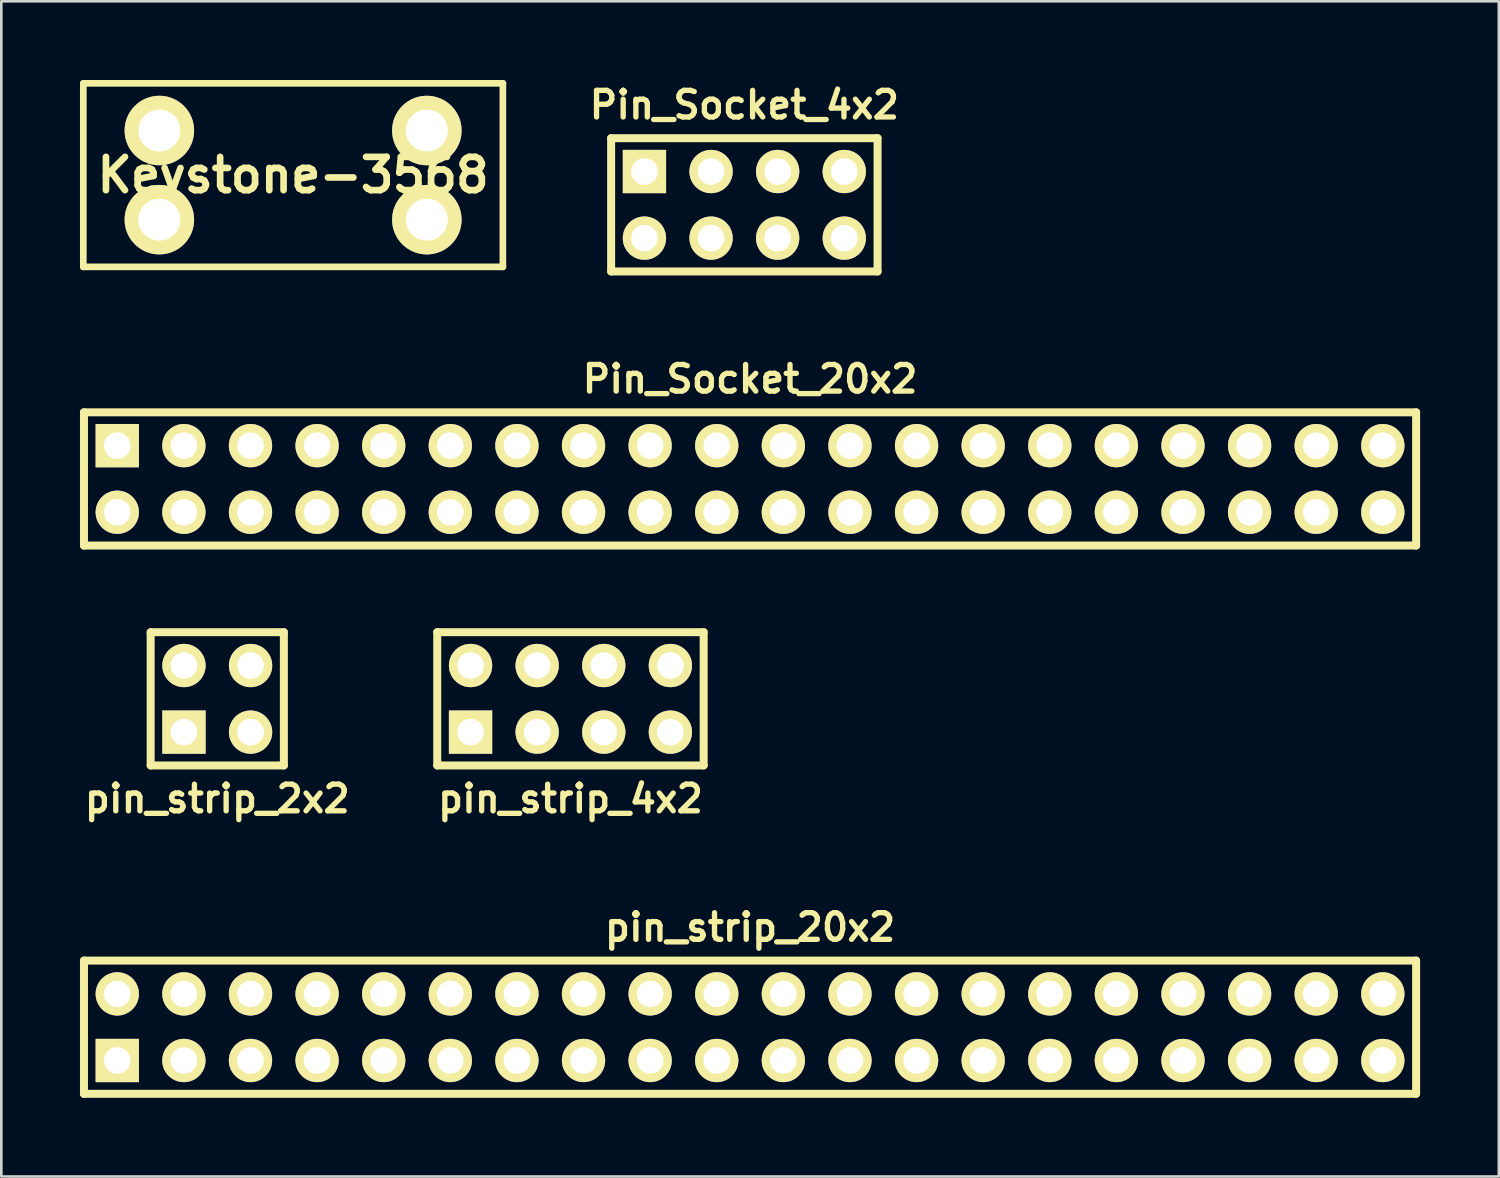
<source format=kicad_pcb>
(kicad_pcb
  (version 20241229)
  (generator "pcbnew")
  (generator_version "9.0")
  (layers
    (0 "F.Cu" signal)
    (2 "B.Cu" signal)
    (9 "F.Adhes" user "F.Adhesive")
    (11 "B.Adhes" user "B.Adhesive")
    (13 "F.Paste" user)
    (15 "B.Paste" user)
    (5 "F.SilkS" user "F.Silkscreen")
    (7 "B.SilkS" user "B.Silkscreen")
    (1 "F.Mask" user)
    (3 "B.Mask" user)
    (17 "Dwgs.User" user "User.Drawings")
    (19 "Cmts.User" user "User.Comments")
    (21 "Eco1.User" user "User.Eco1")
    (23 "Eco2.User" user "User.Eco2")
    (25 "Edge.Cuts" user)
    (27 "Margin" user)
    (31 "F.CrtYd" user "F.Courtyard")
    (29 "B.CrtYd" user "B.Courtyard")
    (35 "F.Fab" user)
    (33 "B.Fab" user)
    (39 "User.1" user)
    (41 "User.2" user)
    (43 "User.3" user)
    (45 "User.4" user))
  (footprint "Pin_Socket_4x2"
    (layer "F.Cu")
    (at 25.335 4.761)
    (property "Reference" "Pin_Socket_4x2" (at 0 -3.81 0) (layer "F.SilkS") (effects (font (size 1.016 1.016) (thickness 0.203))))
    (attr through_hole)
    (fp_line (start -5.08 -2.54) (end -5.08 2.54) (stroke (width 0.305) (type solid)) (layer "F.SilkS"))
    (fp_line (start -5.08 -2.54) (end 5.08 -2.54) (stroke (width 0.305) (type solid)) (layer "F.SilkS"))
    (fp_line (start 5.08 -2.54) (end 5.08 2.54) (stroke (width 0.305) (type solid)) (layer "F.SilkS"))
    (fp_line (start 5.08 2.54) (end -5.08 2.54) (stroke (width 0.305) (type solid)) (layer "F.SilkS"))
    (pad "1" thru_hole rect (at -3.81 -1.27) (size 1.651 1.651) (drill 1.016) (layers "*.Cu" "*.Mask" "F.SilkS"))
    (pad "2" thru_hole circle (at -3.81 1.27) (size 1.651 1.651) (drill 1.016) (layers "*.Cu" "*.Mask" "F.SilkS"))
    (pad "3" thru_hole circle (at -1.27 -1.27) (size 1.651 1.651) (drill 1.016) (layers "*.Cu" "*.Mask" "F.SilkS"))
    (pad "4" thru_hole circle (at -1.27 1.27) (size 1.651 1.651) (drill 1.016) (layers "*.Cu" "*.Mask" "F.SilkS"))
    (pad "5" thru_hole circle (at 1.27 -1.27) (size 1.651 1.651) (drill 1.016) (layers "*.Cu" "*.Mask" "F.SilkS"))
    (pad "6" thru_hole circle (at 1.27 1.27) (size 1.651 1.651) (drill 1.016) (layers "*.Cu" "*.Mask" "F.SilkS"))
    (pad "7" thru_hole circle (at 3.81 -1.27) (size 1.651 1.651) (drill 1.016) (layers "*.Cu" "*.Mask" "F.SilkS"))
    (pad "8" thru_hole circle (at 3.81 1.27) (size 1.651 1.651) (drill 1.016) (layers "*.Cu" "*.Mask" "F.SilkS")))
  (footprint "pin_strip_2x2"
    (layer "F.Cu")
    (at 5.235 23.599)
    (property "Reference" "pin_strip_2x2" (at 0 3.81 0) (layer "F.SilkS") (effects (font (size 1.016 1.016) (thickness 0.203))))
    (attr through_hole)
    (fp_line (start -2.54 -2.54) (end -2.54 2.54) (stroke (width 0.305) (type solid)) (layer "F.SilkS"))
    (fp_line (start -2.54 -2.54) (end 2.54 -2.54) (stroke (width 0.305) (type solid)) (layer "F.SilkS"))
    (fp_line (start 2.54 -2.54) (end 2.54 2.54) (stroke (width 0.305) (type solid)) (layer "F.SilkS"))
    (fp_line (start 2.54 2.54) (end -2.54 2.54) (stroke (width 0.305) (type solid)) (layer "F.SilkS"))
    (pad "1" thru_hole rect (at -1.27 1.27) (size 1.651 1.651) (drill 1.016) (layers "*.Cu" "*.Mask" "F.SilkS"))
    (pad "2" thru_hole circle (at -1.27 -1.27) (size 1.651 1.651) (drill 1.016) (layers "*.Cu" "*.Mask" "F.SilkS"))
    (pad "3" thru_hole circle (at 1.27 1.27) (size 1.651 1.651) (drill 1.016) (layers "*.Cu" "*.Mask" "F.SilkS"))
    (pad "4" thru_hole circle (at 1.27 -1.27) (size 1.651 1.651) (drill 1.016) (layers "*.Cu" "*.Mask" "F.SilkS")))
  (footprint "pin_strip_4x2"
    (layer "F.Cu")
    (at 18.704 23.599)
    (property "Reference" "pin_strip_4x2" (at 0 3.81 0) (layer "F.SilkS") (effects (font (size 1.016 1.016) (thickness 0.203))))
    (attr through_hole)
    (fp_line (start -5.08 -2.54) (end -5.08 2.54) (stroke (width 0.305) (type solid)) (layer "F.SilkS"))
    (fp_line (start -5.08 -2.54) (end 5.08 -2.54) (stroke (width 0.305) (type solid)) (layer "F.SilkS"))
    (fp_line (start 5.08 -2.54) (end 5.08 2.54) (stroke (width 0.305) (type solid)) (layer "F.SilkS"))
    (fp_line (start 5.08 2.54) (end -5.08 2.54) (stroke (width 0.305) (type solid)) (layer "F.SilkS"))
    (pad "1" thru_hole rect (at -3.81 1.27) (size 1.651 1.651) (drill 1.016) (layers "*.Cu" "*.Mask" "F.SilkS"))
    (pad "2" thru_hole circle (at -3.81 -1.27) (size 1.651 1.651) (drill 1.016) (layers "*.Cu" "*.Mask" "F.SilkS"))
    (pad "3" thru_hole circle (at -1.27 1.27) (size 1.651 1.651) (drill 1.016) (layers "*.Cu" "*.Mask" "F.SilkS"))
    (pad "4" thru_hole circle (at -1.27 -1.27) (size 1.651 1.651) (drill 1.016) (layers "*.Cu" "*.Mask" "F.SilkS"))
    (pad "5" thru_hole circle (at 1.27 1.27) (size 1.651 1.651) (drill 1.016) (layers "*.Cu" "*.Mask" "F.SilkS"))
    (pad "6" thru_hole circle (at 1.27 -1.27) (size 1.651 1.651) (drill 1.016) (layers "*.Cu" "*.Mask" "F.SilkS"))
    (pad "7" thru_hole circle (at 3.81 1.27) (size 1.651 1.651) (drill 1.016) (layers "*.Cu" "*.Mask" "F.SilkS"))
    (pad "8" thru_hole circle (at 3.81 -1.27) (size 1.651 1.651) (drill 1.016) (layers "*.Cu" "*.Mask" "F.SilkS")))
  (footprint "pin_strip_20x2"
    (layer "F.Cu")
    (at 25.552 36.121)
    (property "Reference" "pin_strip_20x2" (at 0 -3.81 0) (layer "F.SilkS") (effects (font (size 1.016 1.016) (thickness 0.203))))
    (attr through_hole)
    (fp_line (start -25.4 -2.54) (end -25.4 2.54) (stroke (width 0.305) (type solid)) (layer "F.SilkS"))
    (fp_line (start -25.4 -2.54) (end 25.4 -2.54) (stroke (width 0.305) (type solid)) (layer "F.SilkS"))
    (fp_line (start 25.4 -2.54) (end 25.4 2.54) (stroke (width 0.305) (type solid)) (layer "F.SilkS"))
    (fp_line (start 25.4 2.54) (end -25.4 2.54) (stroke (width 0.305) (type solid)) (layer "F.SilkS"))
    (pad "1" thru_hole rect (at -24.13 1.27) (size 1.651 1.651) (drill 1.016) (layers "*.Cu" "*.Mask" "F.SilkS"))
    (pad "2" thru_hole circle (at -24.13 -1.27) (size 1.651 1.651) (drill 1.016) (layers "*.Cu" "*.Mask" "F.SilkS"))
    (pad "3" thru_hole circle (at -21.59 1.27) (size 1.651 1.651) (drill 1.016) (layers "*.Cu" "*.Mask" "F.SilkS"))
    (pad "4" thru_hole circle (at -21.59 -1.27) (size 1.651 1.651) (drill 1.016) (layers "*.Cu" "*.Mask" "F.SilkS"))
    (pad "5" thru_hole circle (at -19.05 1.27) (size 1.651 1.651) (drill 1.016) (layers "*.Cu" "*.Mask" "F.SilkS"))
    (pad "6" thru_hole circle (at -19.05 -1.27) (size 1.651 1.651) (drill 1.016) (layers "*.Cu" "*.Mask" "F.SilkS"))
    (pad "7" thru_hole circle (at -16.51 1.27) (size 1.651 1.651) (drill 1.016) (layers "*.Cu" "*.Mask" "F.SilkS"))
    (pad "8" thru_hole circle (at -16.51 -1.27) (size 1.651 1.651) (drill 1.016) (layers "*.Cu" "*.Mask" "F.SilkS"))
    (pad "9" thru_hole circle (at -13.97 1.27) (size 1.651 1.651) (drill 1.016) (layers "*.Cu" "*.Mask" "F.SilkS"))
    (pad "10" thru_hole circle (at -13.97 -1.27) (size 1.651 1.651) (drill 1.016) (layers "*.Cu" "*.Mask" "F.SilkS"))
    (pad "11" thru_hole circle (at -11.43 1.27) (size 1.651 1.651) (drill 1.016) (layers "*.Cu" "*.Mask" "F.SilkS"))
    (pad "12" thru_hole circle (at -11.43 -1.27) (size 1.651 1.651) (drill 1.016) (layers "*.Cu" "*.Mask" "F.SilkS"))
    (pad "13" thru_hole circle (at -8.89 1.27) (size 1.651 1.651) (drill 1.016) (layers "*.Cu" "*.Mask" "F.SilkS"))
    (pad "14" thru_hole circle (at -8.89 -1.27) (size 1.651 1.651) (drill 1.016) (layers "*.Cu" "*.Mask" "F.SilkS"))
    (pad "15" thru_hole circle (at -6.35 1.27) (size 1.651 1.651) (drill 1.016) (layers "*.Cu" "*.Mask" "F.SilkS"))
    (pad "16" thru_hole circle (at -6.35 -1.27) (size 1.651 1.651) (drill 1.016) (layers "*.Cu" "*.Mask" "F.SilkS"))
    (pad "17" thru_hole circle (at -3.81 1.27) (size 1.651 1.651) (drill 1.016) (layers "*.Cu" "*.Mask" "F.SilkS"))
    (pad "18" thru_hole circle (at -3.81 -1.27) (size 1.651 1.651) (drill 1.016) (layers "*.Cu" "*.Mask" "F.SilkS"))
    (pad "19" thru_hole circle (at -1.27 1.27) (size 1.651 1.651) (drill 1.016) (layers "*.Cu" "*.Mask" "F.SilkS"))
    (pad "20" thru_hole circle (at -1.27 -1.27) (size 1.651 1.651) (drill 1.016) (layers "*.Cu" "*.Mask" "F.SilkS"))
    (pad "21" thru_hole circle (at 1.27 1.27) (size 1.651 1.651) (drill 1.016) (layers "*.Cu" "*.Mask" "F.SilkS"))
    (pad "22" thru_hole circle (at 1.27 -1.27) (size 1.651 1.651) (drill 1.016) (layers "*.Cu" "*.Mask" "F.SilkS"))
    (pad "23" thru_hole circle (at 3.81 1.27) (size 1.651 1.651) (drill 1.016) (layers "*.Cu" "*.Mask" "F.SilkS"))
    (pad "24" thru_hole circle (at 3.81 -1.27) (size 1.651 1.651) (drill 1.016) (layers "*.Cu" "*.Mask" "F.SilkS"))
    (pad "25" thru_hole circle (at 6.35 1.27) (size 1.651 1.651) (drill 1.016) (layers "*.Cu" "*.Mask" "F.SilkS"))
    (pad "26" thru_hole circle (at 6.35 -1.27) (size 1.651 1.651) (drill 1.016) (layers "*.Cu" "*.Mask" "F.SilkS"))
    (pad "27" thru_hole circle (at 8.89 1.27) (size 1.651 1.651) (drill 1.016) (layers "*.Cu" "*.Mask" "F.SilkS"))
    (pad "28" thru_hole circle (at 8.89 -1.27) (size 1.651 1.651) (drill 1.016) (layers "*.Cu" "*.Mask" "F.SilkS"))
    (pad "29" thru_hole circle (at 11.43 1.27) (size 1.651 1.651) (drill 1.016) (layers "*.Cu" "*.Mask" "F.SilkS"))
    (pad "30" thru_hole circle (at 11.43 -1.27) (size 1.651 1.651) (drill 1.016) (layers "*.Cu" "*.Mask" "F.SilkS"))
    (pad "31" thru_hole circle (at 13.97 1.27) (size 1.651 1.651) (drill 1.016) (layers "*.Cu" "*.Mask" "F.SilkS"))
    (pad "32" thru_hole circle (at 13.97 -1.27) (size 1.651 1.651) (drill 1.016) (layers "*.Cu" "*.Mask" "F.SilkS"))
    (pad "33" thru_hole circle (at 16.51 1.27) (size 1.651 1.651) (drill 1.016) (layers "*.Cu" "*.Mask" "F.SilkS"))
    (pad "34" thru_hole circle (at 16.51 -1.27) (size 1.651 1.651) (drill 1.016) (layers "*.Cu" "*.Mask" "F.SilkS"))
    (pad "35" thru_hole circle (at 19.05 1.27) (size 1.651 1.651) (drill 1.016) (layers "*.Cu" "*.Mask" "F.SilkS"))
    (pad "36" thru_hole circle (at 19.05 -1.27) (size 1.651 1.651) (drill 1.016) (layers "*.Cu" "*.Mask" "F.SilkS"))
    (pad "37" thru_hole circle (at 21.59 1.27) (size 1.651 1.651) (drill 1.016) (layers "*.Cu" "*.Mask" "F.SilkS"))
    (pad "38" thru_hole circle (at 21.59 -1.27) (size 1.651 1.651) (drill 1.016) (layers "*.Cu" "*.Mask" "F.SilkS"))
    (pad "39" thru_hole circle (at 24.13 1.27) (size 1.651 1.651) (drill 1.016) (layers "*.Cu" "*.Mask" "F.SilkS"))
    (pad "40" thru_hole circle (at 24.13 -1.27) (size 1.651 1.651) (drill 1.016) (layers "*.Cu" "*.Mask" "F.SilkS")))
  (footprint "Pin_Socket_20x2"
    (layer "F.Cu")
    (at 25.552 15.214)
    (property "Reference" "Pin_Socket_20x2" (at 0 -3.81 0) (layer "F.SilkS") (effects (font (size 1.016 1.016) (thickness 0.203))))
    (attr through_hole)
    (fp_line (start -25.4 -2.54) (end -25.4 2.54) (stroke (width 0.305) (type solid)) (layer "F.SilkS"))
    (fp_line (start -25.4 -2.54) (end 25.4 -2.54) (stroke (width 0.305) (type solid)) (layer "F.SilkS"))
    (fp_line (start 25.4 -2.54) (end 25.4 2.54) (stroke (width 0.305) (type solid)) (layer "F.SilkS"))
    (fp_line (start 25.4 2.54) (end -25.4 2.54) (stroke (width 0.305) (type solid)) (layer "F.SilkS"))
    (pad "1" thru_hole rect (at -24.13 -1.27) (size 1.651 1.651) (drill 1.016) (layers "*.Cu" "*.Mask" "F.SilkS"))
    (pad "2" thru_hole circle (at -24.13 1.27) (size 1.651 1.651) (drill 1.016) (layers "*.Cu" "*.Mask" "F.SilkS"))
    (pad "3" thru_hole circle (at -21.59 -1.27) (size 1.651 1.651) (drill 1.016) (layers "*.Cu" "*.Mask" "F.SilkS"))
    (pad "4" thru_hole circle (at -21.59 1.27) (size 1.651 1.651) (drill 1.016) (layers "*.Cu" "*.Mask" "F.SilkS"))
    (pad "5" thru_hole circle (at -19.05 -1.27) (size 1.651 1.651) (drill 1.016) (layers "*.Cu" "*.Mask" "F.SilkS"))
    (pad "6" thru_hole circle (at -19.05 1.27) (size 1.651 1.651) (drill 1.016) (layers "*.Cu" "*.Mask" "F.SilkS"))
    (pad "7" thru_hole circle (at -16.51 -1.27) (size 1.651 1.651) (drill 1.016) (layers "*.Cu" "*.Mask" "F.SilkS"))
    (pad "8" thru_hole circle (at -16.51 1.27) (size 1.651 1.651) (drill 1.016) (layers "*.Cu" "*.Mask" "F.SilkS"))
    (pad "9" thru_hole circle (at -13.97 -1.27) (size 1.651 1.651) (drill 1.016) (layers "*.Cu" "*.Mask" "F.SilkS"))
    (pad "10" thru_hole circle (at -13.97 1.27) (size 1.651 1.651) (drill 1.016) (layers "*.Cu" "*.Mask" "F.SilkS"))
    (pad "11" thru_hole circle (at -11.43 -1.27) (size 1.651 1.651) (drill 1.016) (layers "*.Cu" "*.Mask" "F.SilkS"))
    (pad "12" thru_hole circle (at -11.43 1.27) (size 1.651 1.651) (drill 1.016) (layers "*.Cu" "*.Mask" "F.SilkS"))
    (pad "13" thru_hole circle (at -8.89 -1.27) (size 1.651 1.651) (drill 1.016) (layers "*.Cu" "*.Mask" "F.SilkS"))
    (pad "14" thru_hole circle (at -8.89 1.27) (size 1.651 1.651) (drill 1.016) (layers "*.Cu" "*.Mask" "F.SilkS"))
    (pad "15" thru_hole circle (at -6.35 -1.27) (size 1.651 1.651) (drill 1.016) (layers "*.Cu" "*.Mask" "F.SilkS"))
    (pad "16" thru_hole circle (at -6.35 1.27) (size 1.651 1.651) (drill 1.016) (layers "*.Cu" "*.Mask" "F.SilkS"))
    (pad "17" thru_hole circle (at -3.81 -1.27) (size 1.651 1.651) (drill 1.016) (layers "*.Cu" "*.Mask" "F.SilkS"))
    (pad "18" thru_hole circle (at -3.81 1.27) (size 1.651 1.651) (drill 1.016) (layers "*.Cu" "*.Mask" "F.SilkS"))
    (pad "19" thru_hole circle (at -1.27 -1.27) (size 1.651 1.651) (drill 1.016) (layers "*.Cu" "*.Mask" "F.SilkS"))
    (pad "20" thru_hole circle (at -1.27 1.27) (size 1.651 1.651) (drill 1.016) (layers "*.Cu" "*.Mask" "F.SilkS"))
    (pad "21" thru_hole circle (at 1.27 -1.27) (size 1.651 1.651) (drill 1.016) (layers "*.Cu" "*.Mask" "F.SilkS"))
    (pad "22" thru_hole circle (at 1.27 1.27) (size 1.651 1.651) (drill 1.016) (layers "*.Cu" "*.Mask" "F.SilkS"))
    (pad "23" thru_hole circle (at 3.81 -1.27) (size 1.651 1.651) (drill 1.016) (layers "*.Cu" "*.Mask" "F.SilkS"))
    (pad "24" thru_hole circle (at 3.81 1.27) (size 1.651 1.651) (drill 1.016) (layers "*.Cu" "*.Mask" "F.SilkS"))
    (pad "25" thru_hole circle (at 6.35 -1.27) (size 1.651 1.651) (drill 1.016) (layers "*.Cu" "*.Mask" "F.SilkS"))
    (pad "26" thru_hole circle (at 6.35 1.27) (size 1.651 1.651) (drill 1.016) (layers "*.Cu" "*.Mask" "F.SilkS"))
    (pad "27" thru_hole circle (at 8.89 -1.27) (size 1.651 1.651) (drill 1.016) (layers "*.Cu" "*.Mask" "F.SilkS"))
    (pad "28" thru_hole circle (at 8.89 1.27) (size 1.651 1.651) (drill 1.016) (layers "*.Cu" "*.Mask" "F.SilkS"))
    (pad "29" thru_hole circle (at 11.43 -1.27) (size 1.651 1.651) (drill 1.016) (layers "*.Cu" "*.Mask" "F.SilkS"))
    (pad "30" thru_hole circle (at 11.43 1.27) (size 1.651 1.651) (drill 1.016) (layers "*.Cu" "*.Mask" "F.SilkS"))
    (pad "31" thru_hole circle (at 13.97 -1.27) (size 1.651 1.651) (drill 1.016) (layers "*.Cu" "*.Mask" "F.SilkS"))
    (pad "32" thru_hole circle (at 13.97 1.27) (size 1.651 1.651) (drill 1.016) (layers "*.Cu" "*.Mask" "F.SilkS"))
    (pad "33" thru_hole circle (at 16.51 -1.27) (size 1.651 1.651) (drill 1.016) (layers "*.Cu" "*.Mask" "F.SilkS"))
    (pad "34" thru_hole circle (at 16.51 1.27) (size 1.651 1.651) (drill 1.016) (layers "*.Cu" "*.Mask" "F.SilkS"))
    (pad "35" thru_hole circle (at 19.05 -1.27) (size 1.651 1.651) (drill 1.016) (layers "*.Cu" "*.Mask" "F.SilkS"))
    (pad "36" thru_hole circle (at 19.05 1.27) (size 1.651 1.651) (drill 1.016) (layers "*.Cu" "*.Mask" "F.SilkS"))
    (pad "37" thru_hole circle (at 21.59 -1.27) (size 1.651 1.651) (drill 1.016) (layers "*.Cu" "*.Mask" "F.SilkS"))
    (pad "38" thru_hole circle (at 21.59 1.27) (size 1.651 1.651) (drill 1.016) (layers "*.Cu" "*.Mask" "F.SilkS"))
    (pad "39" thru_hole circle (at 24.13 -1.27) (size 1.651 1.651) (drill 1.016) (layers "*.Cu" "*.Mask" "F.SilkS"))
    (pad "40" thru_hole circle (at 24.13 1.27) (size 1.651 1.651) (drill 1.016) (layers "*.Cu" "*.Mask" "F.SilkS")))
  (footprint "Keystone-3568"
    (layer "F.Cu")
    (at 8.127 3.627)
    (property "Reference" "Keystone-3568" (at 0 0 0) (layer "F.SilkS") (effects (font (size 1.27 1.27) (thickness 0.254))))
    (attr through_hole)
    (fp_line (start -8 -3.5) (end 8 -3.5) (stroke (width 0.254) (type solid)) (layer "F.SilkS"))
    (fp_line (start -8 3.5) (end -8 -3.5) (stroke (width 0.254) (type solid)) (layer "F.SilkS"))
    (fp_line (start 8 -3.5) (end 8 3.5) (stroke (width 0.254) (type solid)) (layer "F.SilkS"))
    (fp_line (start 8 3.5) (end -8 3.5) (stroke (width 0.254) (type solid)) (layer "F.SilkS"))
    (pad "1" thru_hole circle (at -5.1 1.7) (size 2.65 2.65) (drill 1.6) (layers "*.Cu" "*.Mask" "F.SilkS"))
    (pad "2" thru_hole circle (at -5.1 -1.7) (size 2.65 2.65) (drill 1.6) (layers "*.Cu" "*.Mask" "F.SilkS"))
    (pad "3" thru_hole circle (at 5.1 1.7) (size 2.65 2.65) (drill 1.6) (layers "*.Cu" "*.Mask" "F.SilkS"))
    (pad "4" thru_hole circle (at 5.1 -1.7) (size 2.65 2.65) (drill 1.6) (layers "*.Cu" "*.Mask" "F.SilkS")))
  (gr_rect
    (start -3 -3)
    (end 54.105 41.814)
    (stroke (width 0.1) (type default))
    (fill no)
    (layer "Edge.Cuts")))
</source>
